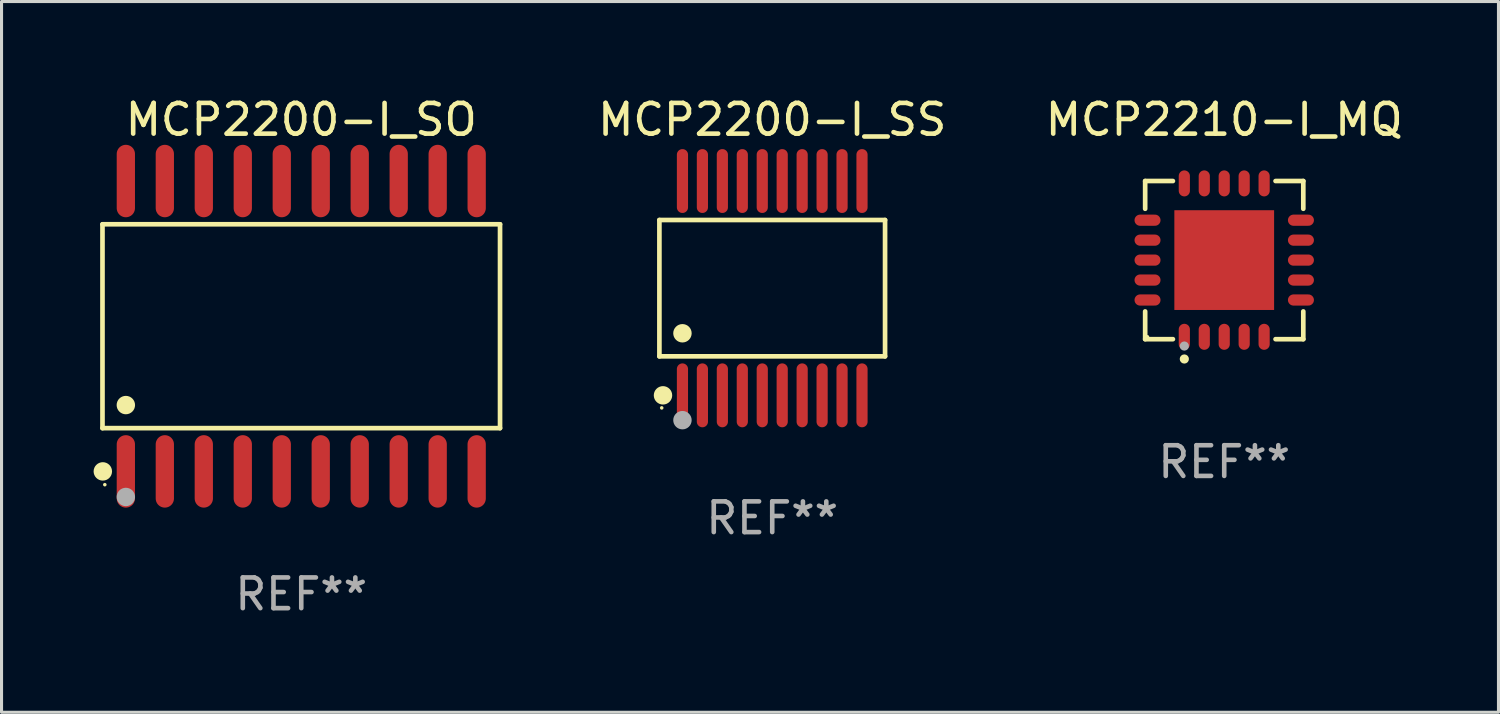
<source format=kicad_pcb>
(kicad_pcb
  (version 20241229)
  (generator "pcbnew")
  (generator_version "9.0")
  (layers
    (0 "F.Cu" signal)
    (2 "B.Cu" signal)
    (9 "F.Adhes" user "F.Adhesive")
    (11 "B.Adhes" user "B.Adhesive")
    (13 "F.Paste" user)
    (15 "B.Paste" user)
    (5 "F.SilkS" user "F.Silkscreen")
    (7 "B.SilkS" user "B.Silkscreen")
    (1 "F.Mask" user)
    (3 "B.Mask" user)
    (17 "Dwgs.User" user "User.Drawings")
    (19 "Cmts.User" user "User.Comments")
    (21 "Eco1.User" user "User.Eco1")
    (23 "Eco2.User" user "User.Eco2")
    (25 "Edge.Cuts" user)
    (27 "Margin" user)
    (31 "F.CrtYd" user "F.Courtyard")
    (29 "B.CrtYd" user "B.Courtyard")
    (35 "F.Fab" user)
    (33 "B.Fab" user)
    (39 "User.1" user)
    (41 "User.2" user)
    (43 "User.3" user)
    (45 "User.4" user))
  (footprint "MCP2200-I_SS"
    (layer "F.Cu")
    (at 22.109 6.339)
    (property "Reference" "MCP2200-I_SS" (at 0 -5.491 0) (layer "F.SilkS") (effects (font (size 1 1) (thickness 0.15))))
    (attr through_hole)
    (fp_line (start -3.676 -2.221) (end 3.676 -2.221) (stroke (width 0.152) (type solid)) (layer "F.SilkS"))
    (fp_line (start -3.676 2.221) (end -3.676 -2.221) (stroke (width 0.152) (type solid)) (layer "F.SilkS"))
    (fp_line (start 3.676 -2.221) (end 3.676 2.221) (stroke (width 0.152) (type solid)) (layer "F.SilkS"))
    (fp_line (start 3.676 2.221) (end -3.676 2.221) (stroke (width 0.152) (type solid)) (layer "F.SilkS"))
    (fp_circle (center -3.6 3.9) (end -3.57 3.9) (stroke (width 0.06) (type solid)) (fill no) (layer "F.SilkS"))
    (fp_circle (center -3.559 3.491) (end -3.409 3.491) (stroke (width 0.3) (type solid)) (fill no) (layer "F.SilkS"))
    (fp_circle (center -2.925 1.469) (end -2.775 1.469) (stroke (width 0.3) (type solid)) (fill no) (layer "F.SilkS"))
    (fp_circle (center -2.925 4.3) (end -2.775 4.3) (stroke (width 0.3) (type solid)) (fill no) (layer "F.Fab"))
    (fp_text user "REF**" (at 0 7.491 0) (layer "F.Fab") (effects (font (size 1 1) (thickness 0.15))))
    (pad "1" smd oval (at -2.925 3.491) (size 0.364 2.082) (layers "F.Cu" "F.Mask" "F.Paste"))
    (pad "2" smd oval (at -2.275 3.491) (size 0.364 2.082) (layers "F.Cu" "F.Mask" "F.Paste"))
    (pad "3" smd oval (at -1.625 3.491) (size 0.364 2.082) (layers "F.Cu" "F.Mask" "F.Paste"))
    (pad "4" smd oval (at -0.975 3.491) (size 0.364 2.082) (layers "F.Cu" "F.Mask" "F.Paste"))
    (pad "5" smd oval (at -0.325 3.491) (size 0.364 2.082) (layers "F.Cu" "F.Mask" "F.Paste"))
    (pad "6" smd oval (at 0.325 3.491) (size 0.364 2.082) (layers "F.Cu" "F.Mask" "F.Paste"))
    (pad "7" smd oval (at 0.975 3.491) (size 0.364 2.082) (layers "F.Cu" "F.Mask" "F.Paste"))
    (pad "8" smd oval (at 1.625 3.491) (size 0.364 2.082) (layers "F.Cu" "F.Mask" "F.Paste"))
    (pad "9" smd oval (at 2.275 3.491) (size 0.364 2.082) (layers "F.Cu" "F.Mask" "F.Paste"))
    (pad "10" smd oval (at 2.925 3.491) (size 0.364 2.082) (layers "F.Cu" "F.Mask" "F.Paste"))
    (pad "11" smd oval (at 2.925 -3.491) (size 0.364 2.082) (layers "F.Cu" "F.Mask" "F.Paste"))
    (pad "12" smd oval (at 2.275 -3.491) (size 0.364 2.082) (layers "F.Cu" "F.Mask" "F.Paste"))
    (pad "13" smd oval (at 1.625 -3.491) (size 0.364 2.082) (layers "F.Cu" "F.Mask" "F.Paste"))
    (pad "14" smd oval (at 0.975 -3.491) (size 0.364 2.082) (layers "F.Cu" "F.Mask" "F.Paste"))
    (pad "15" smd oval (at 0.325 -3.491) (size 0.364 2.082) (layers "F.Cu" "F.Mask" "F.Paste"))
    (pad "16" smd oval (at -0.325 -3.491) (size 0.364 2.082) (layers "F.Cu" "F.Mask" "F.Paste"))
    (pad "17" smd oval (at -0.975 -3.491) (size 0.364 2.082) (layers "F.Cu" "F.Mask" "F.Paste"))
    (pad "18" smd oval (at -1.625 -3.491) (size 0.364 2.082) (layers "F.Cu" "F.Mask" "F.Paste"))
    (pad "19" smd oval (at -2.275 -3.491) (size 0.364 2.082) (layers "F.Cu" "F.Mask" "F.Paste"))
    (pad "20" smd oval (at -2.925 -3.491) (size 0.364 2.082) (layers "F.Cu" "F.Mask" "F.Paste")))
  (footprint "MCP2200-I_SO"
    (layer "F.Cu")
    (at 6.765 7.578)
    (property "Reference" "MCP2200-I_SO" (at 0 -6.73 0) (layer "F.SilkS") (effects (font (size 1 1) (thickness 0.15))))
    (attr through_hole)
    (fp_line (start -6.476 -3.321) (end 6.476 -3.321) (stroke (width 0.152) (type solid)) (layer "F.SilkS"))
    (fp_line (start -6.476 3.321) (end -6.476 -3.321) (stroke (width 0.152) (type solid)) (layer "F.SilkS"))
    (fp_line (start 6.476 -3.321) (end 6.476 3.321) (stroke (width 0.152) (type solid)) (layer "F.SilkS"))
    (fp_line (start 6.476 3.321) (end -6.476 3.321) (stroke (width 0.152) (type solid)) (layer "F.SilkS"))
    (fp_circle (center -6.465 4.73) (end -6.315 4.73) (stroke (width 0.3) (type solid)) (fill no) (layer "F.SilkS"))
    (fp_circle (center -6.4 5.163) (end -6.37 5.163) (stroke (width 0.06) (type solid)) (fill no) (layer "F.SilkS"))
    (fp_circle (center -5.715 2.569) (end -5.565 2.569) (stroke (width 0.3) (type solid)) (fill no) (layer "F.SilkS"))
    (fp_circle (center -5.715 5.563) (end -5.565 5.563) (stroke (width 0.3) (type solid)) (fill no) (layer "F.Fab"))
    (fp_text user "REF**" (at 0 8.73 0) (layer "F.Fab") (effects (font (size 1 1) (thickness 0.15))))
    (pad "1" smd oval (at -5.715 4.73) (size 0.595 2.36) (layers "F.Cu" "F.Mask" "F.Paste"))
    (pad "2" smd oval (at -4.445 4.73) (size 0.595 2.36) (layers "F.Cu" "F.Mask" "F.Paste"))
    (pad "3" smd oval (at -3.175 4.73) (size 0.595 2.36) (layers "F.Cu" "F.Mask" "F.Paste"))
    (pad "4" smd oval (at -1.905 4.73) (size 0.595 2.36) (layers "F.Cu" "F.Mask" "F.Paste"))
    (pad "5" smd oval (at -0.635 4.73) (size 0.595 2.36) (layers "F.Cu" "F.Mask" "F.Paste"))
    (pad "6" smd oval (at 0.635 4.73) (size 0.595 2.36) (layers "F.Cu" "F.Mask" "F.Paste"))
    (pad "7" smd oval (at 1.905 4.73) (size 0.595 2.36) (layers "F.Cu" "F.Mask" "F.Paste"))
    (pad "8" smd oval (at 3.175 4.73) (size 0.595 2.36) (layers "F.Cu" "F.Mask" "F.Paste"))
    (pad "9" smd oval (at 4.445 4.73) (size 0.595 2.36) (layers "F.Cu" "F.Mask" "F.Paste"))
    (pad "10" smd oval (at 5.715 4.73) (size 0.595 2.36) (layers "F.Cu" "F.Mask" "F.Paste"))
    (pad "11" smd oval (at 5.715 -4.73) (size 0.595 2.36) (layers "F.Cu" "F.Mask" "F.Paste"))
    (pad "12" smd oval (at 4.445 -4.73) (size 0.595 2.36) (layers "F.Cu" "F.Mask" "F.Paste"))
    (pad "13" smd oval (at 3.175 -4.73) (size 0.595 2.36) (layers "F.Cu" "F.Mask" "F.Paste"))
    (pad "14" smd oval (at 1.905 -4.73) (size 0.595 2.36) (layers "F.Cu" "F.Mask" "F.Paste"))
    (pad "15" smd oval (at 0.635 -4.73) (size 0.595 2.36) (layers "F.Cu" "F.Mask" "F.Paste"))
    (pad "16" smd oval (at -0.635 -4.73) (size 0.595 2.36) (layers "F.Cu" "F.Mask" "F.Paste"))
    (pad "17" smd oval (at -1.905 -4.73) (size 0.595 2.36) (layers "F.Cu" "F.Mask" "F.Paste"))
    (pad "18" smd oval (at -3.175 -4.73) (size 0.595 2.36) (layers "F.Cu" "F.Mask" "F.Paste"))
    (pad "19" smd oval (at -4.445 -4.73) (size 0.595 2.36) (layers "F.Cu" "F.Mask" "F.Paste"))
    (pad "20" smd oval (at -5.715 -4.73) (size 0.595 2.36) (layers "F.Cu" "F.Mask" "F.Paste")))
  (footprint "MCP2210-I_MQ"
    (layer "F.Cu")
    (at 36.835 5.424)
    (property "Reference" "MCP2210-I_MQ" (at 0 -4.576 0) (layer "F.SilkS") (effects (font (size 1 1) (thickness 0.15))))
    (attr through_hole)
    (fp_line (start -2.576 -2.576) (end -1.672 -2.576) (stroke (width 0.152) (type solid)) (layer "F.SilkS"))
    (fp_line (start -2.576 -1.672) (end -2.576 -2.576) (stroke (width 0.152) (type solid)) (layer "F.SilkS"))
    (fp_line (start -2.576 1.672) (end -2.576 2.576) (stroke (width 0.152) (type solid)) (layer "F.SilkS"))
    (fp_line (start -2.576 2.576) (end -1.672 2.576) (stroke (width 0.152) (type solid)) (layer "F.SilkS"))
    (fp_line (start 2.576 -2.576) (end 1.672 -2.576) (stroke (width 0.152) (type solid)) (layer "F.SilkS"))
    (fp_line (start 2.576 -1.672) (end 2.576 -2.576) (stroke (width 0.152) (type solid)) (layer "F.SilkS"))
    (fp_line (start 2.576 1.672) (end 2.576 2.576) (stroke (width 0.152) (type solid)) (layer "F.SilkS"))
    (fp_line (start 2.576 2.576) (end 1.672 2.576) (stroke (width 0.152) (type solid)) (layer "F.SilkS"))
    (fp_circle (center -2.5 2.5) (end -2.47 2.5) (stroke (width 0.06) (type solid)) (fill no) (layer "F.SilkS"))
    (fp_circle (center -1.3 3.222) (end -1.225 3.222) (stroke (width 0.15) (type solid)) (fill no) (layer "F.SilkS"))
    (fp_circle (center -1.3 2.8) (end -1.225 2.8) (stroke (width 0.15) (type solid)) (fill no) (layer "F.Fab"))
    (fp_text user "REF**" (at 0 6.576 0) (layer "F.Fab") (effects (font (size 1 1) (thickness 0.15))))
    (pad "1" smd oval (at -1.3 2.499) (size 0.364 0.847) (layers "F.Cu" "F.Mask" "F.Paste"))
    (pad "2" smd oval (at -0.65 2.499) (size 0.364 0.847) (layers "F.Cu" "F.Mask" "F.Paste"))
    (pad "3" smd oval (at 0 2.499) (size 0.364 0.847) (layers "F.Cu" "F.Mask" "F.Paste"))
    (pad "4" smd oval (at 0.65 2.499) (size 0.364 0.847) (layers "F.Cu" "F.Mask" "F.Paste"))
    (pad "5" smd oval (at 1.3 2.499) (size 0.364 0.847) (layers "F.Cu" "F.Mask" "F.Paste"))
    (pad "6" smd oval (at 2.499 1.3) (size 0.847 0.364) (layers "F.Cu" "F.Mask" "F.Paste"))
    (pad "7" smd oval (at 2.499 0.65) (size 0.847 0.364) (layers "F.Cu" "F.Mask" "F.Paste"))
    (pad "8" smd oval (at 2.499 0) (size 0.847 0.364) (layers "F.Cu" "F.Mask" "F.Paste"))
    (pad "9" smd oval (at 2.499 -0.65) (size 0.847 0.364) (layers "F.Cu" "F.Mask" "F.Paste"))
    (pad "10" smd oval (at 2.499 -1.3) (size 0.847 0.364) (layers "F.Cu" "F.Mask" "F.Paste"))
    (pad "11" smd oval (at 1.3 -2.499) (size 0.364 0.847) (layers "F.Cu" "F.Mask" "F.Paste"))
    (pad "12" smd oval (at 0.65 -2.499) (size 0.364 0.847) (layers "F.Cu" "F.Mask" "F.Paste"))
    (pad "13" smd oval (at 0 -2.499) (size 0.364 0.847) (layers "F.Cu" "F.Mask" "F.Paste"))
    (pad "14" smd oval (at -0.65 -2.499) (size 0.364 0.847) (layers "F.Cu" "F.Mask" "F.Paste"))
    (pad "15" smd oval (at -1.3 -2.499) (size 0.364 0.847) (layers "F.Cu" "F.Mask" "F.Paste"))
    (pad "16" smd oval (at -2.499 -1.3) (size 0.847 0.364) (layers "F.Cu" "F.Mask" "F.Paste"))
    (pad "17" smd oval (at -2.499 -0.65) (size 0.847 0.364) (layers "F.Cu" "F.Mask" "F.Paste"))
    (pad "18" smd oval (at -2.499 0) (size 0.847 0.364) (layers "F.Cu" "F.Mask" "F.Paste"))
    (pad "19" smd oval (at -2.499 0.65) (size 0.847 0.364) (layers "F.Cu" "F.Mask" "F.Paste"))
    (pad "20" smd oval (at -2.499 1.3) (size 0.847 0.364) (layers "F.Cu" "F.Mask" "F.Paste"))
    (pad "21" smd rect (at 0 0) (size 3.25 3.25) (layers "F.Cu" "F.Mask" "F.Paste")))
  (gr_rect
    (start -3 -3)
    (end 45.77 20.156)
    (stroke (width 0.1) (type default))
    (fill no)
    (layer "Edge.Cuts")))
</source>
